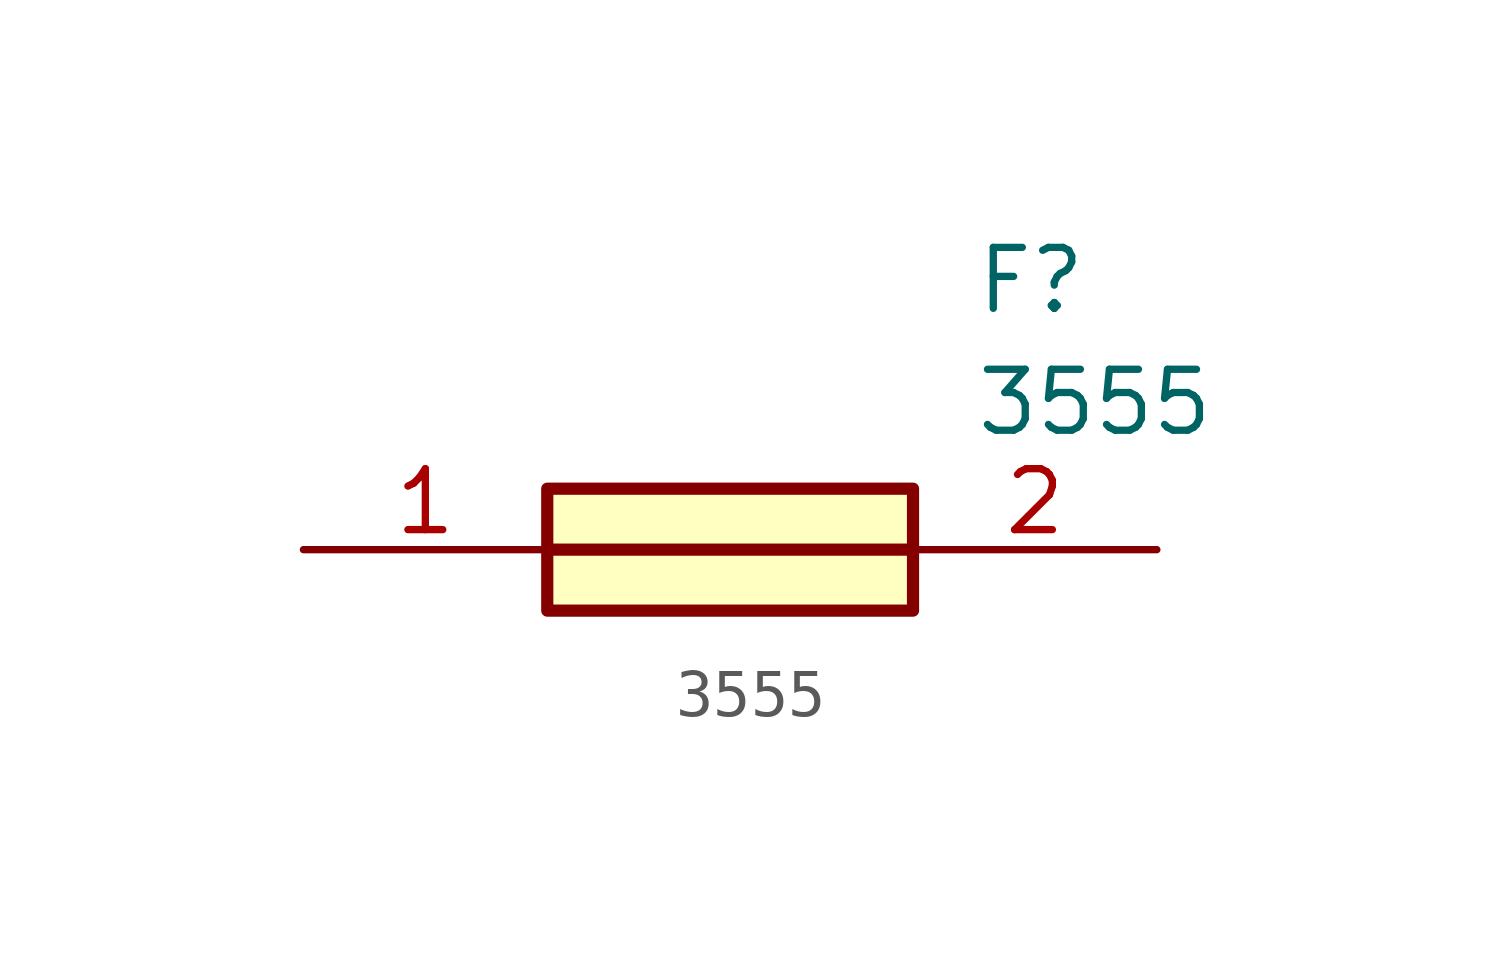
<source format=kicad_sym>
(kicad_symbol_lib
  (version 20211014)
  (generator SamacSys_ECAD_Model)
  (symbol "3555"
    (pin_names hide)
    (property "Reference" "F"
      (at 13.97 6.35 0)
      (effects (font (size 1.27 1.27)) (justify left top)))
    (property "Value" "3555"
      (at 13.97 3.81 0)
      (effects (font (size 1.27 1.27)) (justify left top)))
    (rectangle
      (start 5.08 1.27)
      (end 12.7 -1.27)
      (stroke (width 0.254) (type default))
      (fill (type background)))
    (polyline
      (pts (xy 5.08 0) (xy 12.7 0))
      (stroke (width 0.254) (type default))
      (fill (type none)))
    (pin passive line
      (at 0 0 0)
      (length 5.08)
      (name "1" (effects (font (size 1.27 1.27))))
      (number "1" (effects (font (size 1.27 1.27)))))
    (pin passive line
      (at 17.78 0 180)
      (length 5.08)
      (name "2" (effects (font (size 1.27 1.27))))
      (number "2" (effects (font (size 1.27 1.27)))))))
</source>
